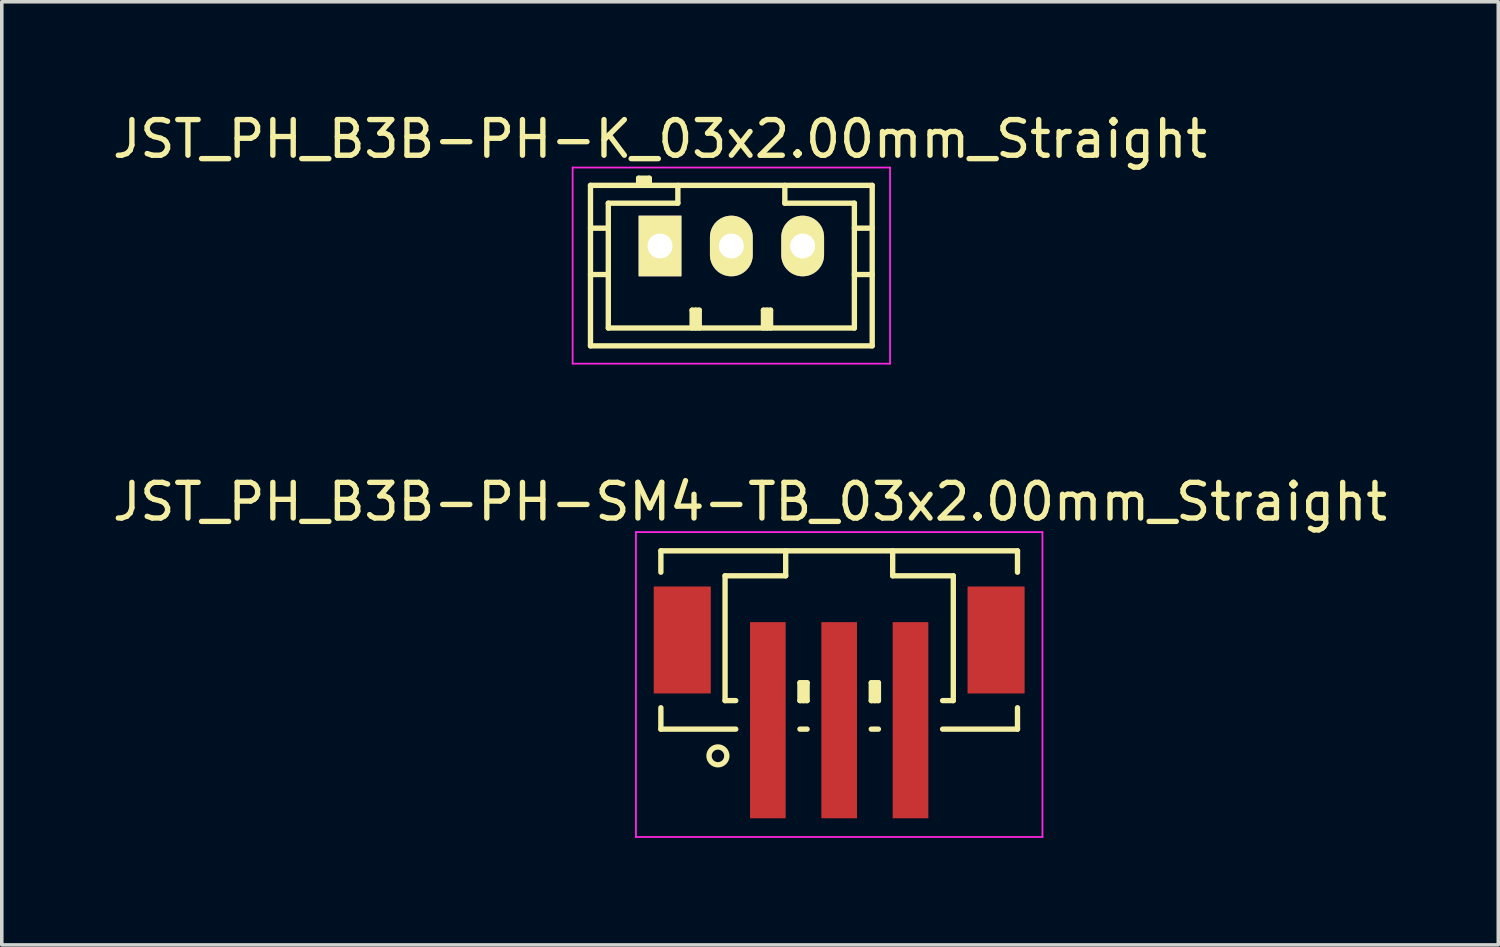
<source format=kicad_pcb>
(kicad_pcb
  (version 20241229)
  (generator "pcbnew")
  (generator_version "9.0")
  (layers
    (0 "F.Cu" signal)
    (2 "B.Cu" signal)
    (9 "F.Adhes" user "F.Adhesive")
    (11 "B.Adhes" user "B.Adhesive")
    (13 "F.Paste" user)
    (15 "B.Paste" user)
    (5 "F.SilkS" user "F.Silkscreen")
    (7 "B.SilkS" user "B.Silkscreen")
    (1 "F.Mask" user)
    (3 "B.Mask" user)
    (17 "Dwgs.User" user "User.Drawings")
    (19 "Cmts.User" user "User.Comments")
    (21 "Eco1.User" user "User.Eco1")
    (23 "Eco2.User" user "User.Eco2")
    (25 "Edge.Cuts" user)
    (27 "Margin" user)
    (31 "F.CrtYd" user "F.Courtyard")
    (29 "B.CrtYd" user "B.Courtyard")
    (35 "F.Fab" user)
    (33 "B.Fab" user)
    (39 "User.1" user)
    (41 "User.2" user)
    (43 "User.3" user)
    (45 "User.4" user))
  (footprint "JST_PH_B3B-PH-SM4-TB_03x2.00mm_Straight"
    (layer "F.Cu")
    (at 20.482 16.021)
    (property "Reference" "JST_PH_B3B-PH-SM4-TB_03x2.00mm_Straight" (at -2.5 -5 0) (layer "F.SilkS") (effects (font (size 1 1) (thickness 0.15))))
    (attr smd)
    (fp_line (start -5 -3.625) (end 5 -3.625) (stroke (width 0.15) (type solid)) (layer "F.SilkS"))
    (fp_line (start -5 -3.025) (end -5 -3.625) (stroke (width 0.15) (type solid)) (layer "F.SilkS"))
    (fp_line (start -5 0.775) (end -5 1.375) (stroke (width 0.15) (type solid)) (layer "F.SilkS"))
    (fp_line (start -5 1.375) (end -2.9 1.375) (stroke (width 0.15) (type solid)) (layer "F.SilkS"))
    (fp_line (start -3.2 -2.925) (end -3.2 0.575) (stroke (width 0.15) (type solid)) (layer "F.SilkS"))
    (fp_line (start -3.2 0.575) (end -2.9 0.575) (stroke (width 0.15) (type solid)) (layer "F.SilkS"))
    (fp_line (start -1.5 -3.625) (end -1.5 -2.925) (stroke (width 0.15) (type solid)) (layer "F.SilkS"))
    (fp_line (start -1.5 -2.925) (end -3.2 -2.925) (stroke (width 0.15) (type solid)) (layer "F.SilkS"))
    (fp_line (start -1.1 0.075) (end -0.9 0.075) (stroke (width 0.15) (type solid)) (layer "F.SilkS"))
    (fp_line (start -1.1 0.575) (end -1.1 0.075) (stroke (width 0.15) (type solid)) (layer "F.SilkS"))
    (fp_line (start -1.1 0.575) (end -0.9 0.575) (stroke (width 0.15) (type solid)) (layer "F.SilkS"))
    (fp_line (start -1.1 1.375) (end -0.9 1.375) (stroke (width 0.15) (type solid)) (layer "F.SilkS"))
    (fp_line (start -1 0.575) (end -1 0.075) (stroke (width 0.15) (type solid)) (layer "F.SilkS"))
    (fp_line (start -0.9 0.075) (end -0.9 0.575) (stroke (width 0.15) (type solid)) (layer "F.SilkS"))
    (fp_line (start 0.9 0.075) (end 1.1 0.075) (stroke (width 0.15) (type solid)) (layer "F.SilkS"))
    (fp_line (start 0.9 0.575) (end 0.9 0.075) (stroke (width 0.15) (type solid)) (layer "F.SilkS"))
    (fp_line (start 0.9 0.575) (end 1.1 0.575) (stroke (width 0.15) (type solid)) (layer "F.SilkS"))
    (fp_line (start 0.9 1.375) (end 1.1 1.375) (stroke (width 0.15) (type solid)) (layer "F.SilkS"))
    (fp_line (start 1 0.575) (end 1 0.075) (stroke (width 0.15) (type solid)) (layer "F.SilkS"))
    (fp_line (start 1.1 0.075) (end 1.1 0.575) (stroke (width 0.15) (type solid)) (layer "F.SilkS"))
    (fp_line (start 1.5 -3.625) (end 1.5 -2.925) (stroke (width 0.15) (type solid)) (layer "F.SilkS"))
    (fp_line (start 1.5 -2.925) (end 3.2 -2.925) (stroke (width 0.15) (type solid)) (layer "F.SilkS"))
    (fp_line (start 3.2 -2.925) (end 3.2 0.575) (stroke (width 0.15) (type solid)) (layer "F.SilkS"))
    (fp_line (start 3.2 0.575) (end 2.9 0.575) (stroke (width 0.15) (type solid)) (layer "F.SilkS"))
    (fp_line (start 5 -3.625) (end 5 -3.025) (stroke (width 0.15) (type solid)) (layer "F.SilkS"))
    (fp_line (start 5 0.775) (end 5 1.375) (stroke (width 0.15) (type solid)) (layer "F.SilkS"))
    (fp_line (start 5 1.375) (end 2.9 1.375) (stroke (width 0.15) (type solid)) (layer "F.SilkS"))
    (fp_circle (center -3.4 2.125) (end -3.15 2.125) (stroke (width 0.15) (type solid)) (fill no) (layer "F.SilkS"))
    (fp_line (start -5.7 -4.15) (end 5.7 -4.15) (stroke (width 0.05) (type solid)) (layer "F.CrtYd"))
    (fp_line (start -5.7 4.4) (end -5.7 -4.15) (stroke (width 0.05) (type solid)) (layer "F.CrtYd"))
    (fp_line (start 5.7 -4.15) (end 5.7 4.4) (stroke (width 0.05) (type solid)) (layer "F.CrtYd"))
    (fp_line (start 5.7 4.4) (end -5.7 4.4) (stroke (width 0.05) (type solid)) (layer "F.CrtYd"))
    (pad "" smd rect (at -4.4 -1.125) (size 1.6 3) (layers "F.Cu" "F.Mask" "F.Paste"))
    (pad "" smd rect (at 4.4 -1.125) (size 1.6 3) (layers "F.Cu" "F.Mask" "F.Paste"))
    (pad "1" smd rect (at -2 1.125) (size 1 5.5) (layers "F.Cu" "F.Mask" "F.Paste"))
    (pad "2" smd rect (at 0 1.125) (size 1 5.5) (layers "F.Cu" "F.Mask" "F.Paste"))
    (pad "3" smd rect (at 2 1.125) (size 1 5.5) (layers "F.Cu" "F.Mask" "F.Paste")))
  (footprint "JST_PH_B3B-PH-K_03x2.00mm_Straight"
    (layer "F.Cu")
    (at 15.458 3.848)
    (property "Reference" "JST_PH_B3B-PH-K_03x2.00mm_Straight" (at 0 -3 0) (layer "F.SilkS") (effects (font (size 1 1) (thickness 0.15))))
    (attr through_hole)
    (fp_line (start -1.95 -1.7) (end 5.95 -1.7) (stroke (width 0.15) (type solid)) (layer "F.SilkS"))
    (fp_line (start -1.95 -0.5) (end -1.45 -0.5) (stroke (width 0.15) (type solid)) (layer "F.SilkS"))
    (fp_line (start -1.95 0.8) (end -1.45 0.8) (stroke (width 0.15) (type solid)) (layer "F.SilkS"))
    (fp_line (start -1.95 2.8) (end -1.95 -1.7) (stroke (width 0.15) (type solid)) (layer "F.SilkS"))
    (fp_line (start -1.45 -1.2) (end -1.45 2.3) (stroke (width 0.15) (type solid)) (layer "F.SilkS"))
    (fp_line (start -1.45 2.3) (end 5.45 2.3) (stroke (width 0.15) (type solid)) (layer "F.SilkS"))
    (fp_line (start -0.6 -1.9) (end -0.6 -1.7) (stroke (width 0.15) (type solid)) (layer "F.SilkS"))
    (fp_line (start -0.3 -1.9) (end -0.6 -1.9) (stroke (width 0.15) (type solid)) (layer "F.SilkS"))
    (fp_line (start -0.3 -1.8) (end -0.6 -1.8) (stroke (width 0.15) (type solid)) (layer "F.SilkS"))
    (fp_line (start -0.3 -1.7) (end -0.3 -1.9) (stroke (width 0.15) (type solid)) (layer "F.SilkS"))
    (fp_line (start 0.5 -1.7) (end 0.5 -1.2) (stroke (width 0.15) (type solid)) (layer "F.SilkS"))
    (fp_line (start 0.5 -1.2) (end -1.45 -1.2) (stroke (width 0.15) (type solid)) (layer "F.SilkS"))
    (fp_line (start 0.9 1.8) (end 1.1 1.8) (stroke (width 0.15) (type solid)) (layer "F.SilkS"))
    (fp_line (start 0.9 2.3) (end 0.9 1.8) (stroke (width 0.15) (type solid)) (layer "F.SilkS"))
    (fp_line (start 1 2.3) (end 1 1.8) (stroke (width 0.15) (type solid)) (layer "F.SilkS"))
    (fp_line (start 1.1 1.8) (end 1.1 2.3) (stroke (width 0.15) (type solid)) (layer "F.SilkS"))
    (fp_line (start 2.9 1.8) (end 3.1 1.8) (stroke (width 0.15) (type solid)) (layer "F.SilkS"))
    (fp_line (start 2.9 2.3) (end 2.9 1.8) (stroke (width 0.15) (type solid)) (layer "F.SilkS"))
    (fp_line (start 3 2.3) (end 3 1.8) (stroke (width 0.15) (type solid)) (layer "F.SilkS"))
    (fp_line (start 3.1 1.8) (end 3.1 2.3) (stroke (width 0.15) (type solid)) (layer "F.SilkS"))
    (fp_line (start 3.5 -1.2) (end 3.5 -1.7) (stroke (width 0.15) (type solid)) (layer "F.SilkS"))
    (fp_line (start 5.45 -1.2) (end 3.5 -1.2) (stroke (width 0.15) (type solid)) (layer "F.SilkS"))
    (fp_line (start 5.45 -0.5) (end 5.95 -0.5) (stroke (width 0.15) (type solid)) (layer "F.SilkS"))
    (fp_line (start 5.45 0.8) (end 5.95 0.8) (stroke (width 0.15) (type solid)) (layer "F.SilkS"))
    (fp_line (start 5.45 2.3) (end 5.45 -1.2) (stroke (width 0.15) (type solid)) (layer "F.SilkS"))
    (fp_line (start 5.95 -1.7) (end 5.95 2.8) (stroke (width 0.15) (type solid)) (layer "F.SilkS"))
    (fp_line (start 5.95 2.8) (end -1.95 2.8) (stroke (width 0.15) (type solid)) (layer "F.SilkS"))
    (fp_line (start -2.45 -2.2) (end 6.45 -2.2) (stroke (width 0.05) (type solid)) (layer "F.CrtYd"))
    (fp_line (start -2.45 3.3) (end -2.45 -2.2) (stroke (width 0.05) (type solid)) (layer "F.CrtYd"))
    (fp_line (start 6.45 -2.2) (end 6.45 3.3) (stroke (width 0.05) (type solid)) (layer "F.CrtYd"))
    (fp_line (start 6.45 3.3) (end -2.45 3.3) (stroke (width 0.05) (type solid)) (layer "F.CrtYd"))
    (pad "1" thru_hole rect (at 0 0) (size 1.2 1.7) (drill 0.7) (layers "*.Cu" "*.Mask" "F.SilkS"))
    (pad "2" thru_hole oval (at 2 0) (size 1.2 1.7) (drill 0.7) (layers "*.Cu" "*.Mask" "F.SilkS"))
    (pad "3" thru_hole oval (at 4 0) (size 1.2 1.7) (drill 0.7) (layers "*.Cu" "*.Mask" "F.SilkS")))
  (gr_rect
    (start -3 -3)
    (end 38.964 23.447)
    (stroke (width 0.1) (type default))
    (fill no)
    (layer "Edge.Cuts")))
</source>
